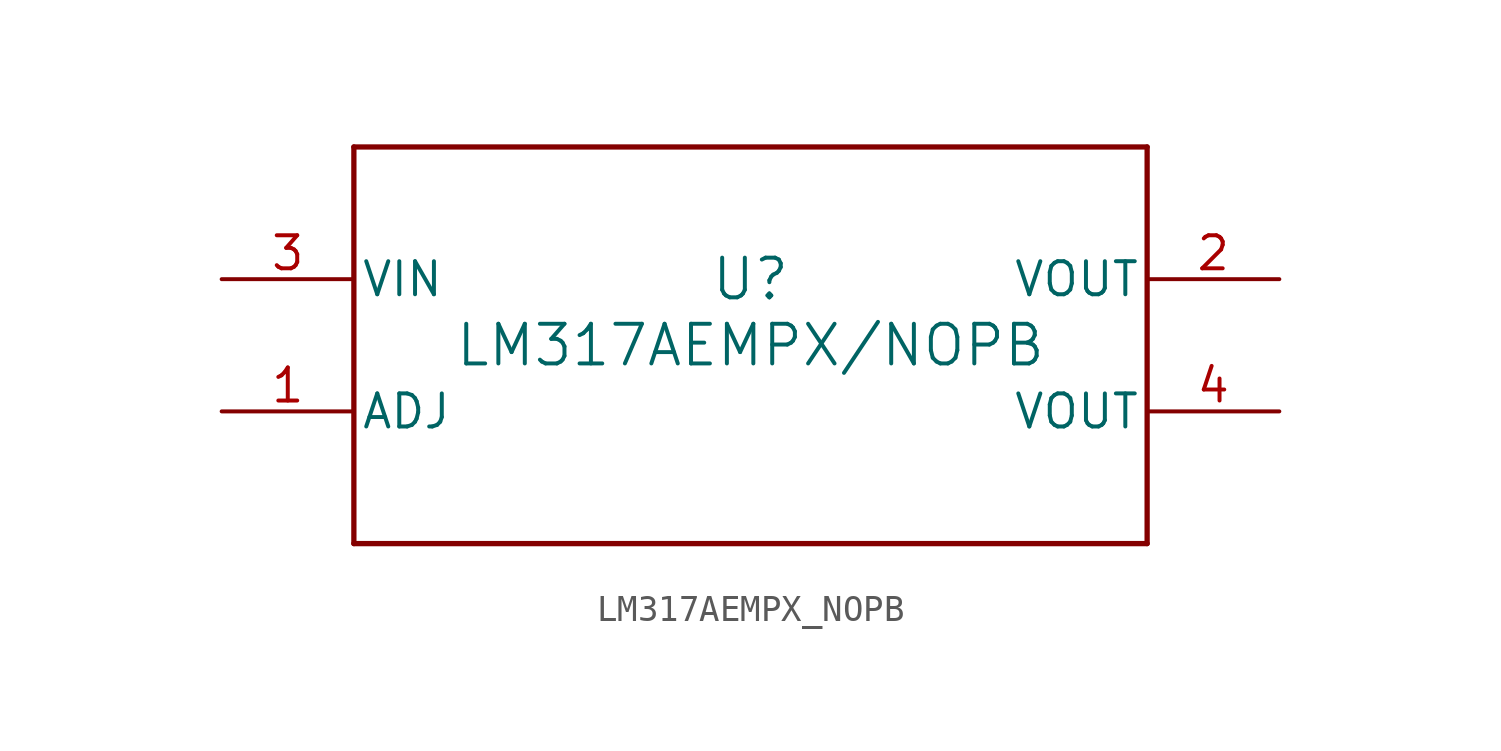
<source format=kicad_sym>
(kicad_symbol_lib
  (version 20211014)
  (generator kicad_symbol_editor)
  (symbol "LM317AEMPX_NOPB"
    (pin_names
      (offset 0.254))
    (property "Reference" "U"
      (at 0 2.54 0)
      (effects (font (size 1.524 1.524))))
    (property "Value" "LM317AEMPX/NOPB"
      (at 0 0 0)
      (effects (font (size 1.524 1.524))))
    (symbol "LM317AEMPX_NOPB_0_1"
      (polyline (pts (xy -15.24 -7.62) (xy 15.24 -7.62)) (stroke (width 0.203) (type default) (color 0 0 0 0)) (fill (type none)))
      (polyline (pts (xy 15.24 -7.62) (xy 15.24 7.62)) (stroke (width 0.203) (type default) (color 0 0 0 0)) (fill (type none)))
      (polyline (pts (xy 15.24 7.62) (xy -15.24 7.62)) (stroke (width 0.203) (type default) (color 0 0 0 0)) (fill (type none)))
      (polyline (pts (xy -15.24 7.62) (xy -15.24 -7.62)) (stroke (width 0.203) (type default) (color 0 0 0 0)) (fill (type none)))
      (pin input line (at -20.32 -2.54 0) (length 5.08) (name "ADJ" (effects (font (size 1.27 1.27)))) (number "1" (effects (font (size 1.27 1.27)))))
      (pin power_in line (at 20.32 2.54 180) (length 5.08) (name "VOUT" (effects (font (size 1.27 1.27)))) (number "2" (effects (font (size 1.27 1.27)))))
      (pin power_in line (at -20.32 2.54 0) (length 5.08) (name "VIN" (effects (font (size 1.27 1.27)))) (number "3" (effects (font (size 1.27 1.27)))))
      (pin power_in line (at 20.32 -2.54 180) (length 5.08) (name "VOUT" (effects (font (size 1.27 1.27)))) (number "4" (effects (font (size 1.27 1.27))))))))
</source>
